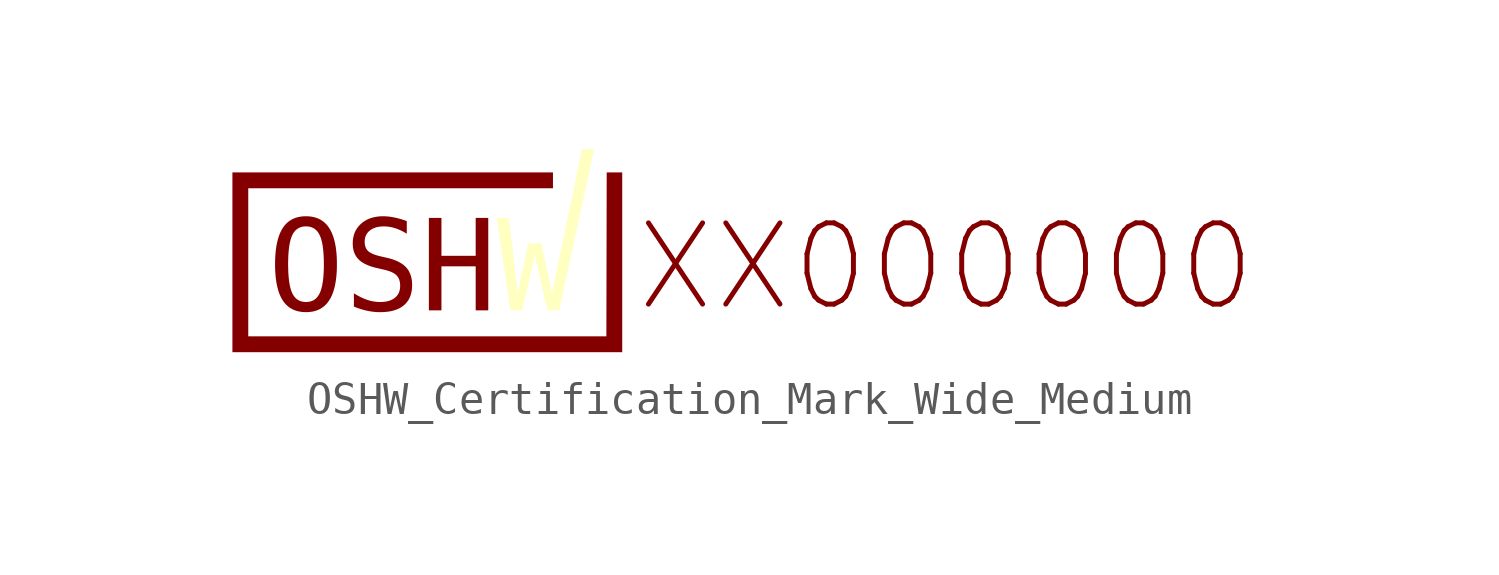
<source format=kicad_sym>
(kicad_symbol_lib
  (version 20241209)
  (generator "kicad_symbol_editor")
  (generator_version "9.0")
  (symbol "OSHW_Certification_Mark_Wide_Medium"
    (property "Reference" "LOGO"
      (at 0 0 0)
      (effects (font (size 1.27 1.27)) (hide yes)))
    (symbol "OSHW_Certification_Mark_Wide_Medium_0_1"
      (polyline (pts (xy -3.676 1.047) (xy -3.619 1.042) (xy -3.563 1.035) (xy -3.51 1.025) (xy -3.458 1.012) (xy -3.409 0.997) (xy -3.361 0.978) (xy -3.315 0.957) (xy -3.272 0.932) (xy -3.23 0.905) (xy -3.19 0.875) (xy -3.152 0.842) (xy -3.115 0.807) (xy -3.081 0.768) (xy -3.049 0.727) (xy -3.019 0.682) (xy -2.99 0.635) (xy -2.963 0.585) (xy -2.939 0.532) (xy -2.916 0.476) (xy -2.894 0.416) (xy -2.875 0.354) (xy -2.857 0.289) (xy -2.842 0.222) (xy -2.828 0.151) (xy -2.816 0.077) (xy -2.806 -0.0002) (xy -2.797 -0.08) (xy -2.791 -0.163) (xy -2.786 -0.249) (xy -2.784 -0.337) (xy -2.783 -0.429) (xy -2.784 -0.52) (xy -2.786 -0.609) (xy -2.791 -0.694) (xy -2.797 -0.777) (xy -2.806 -0.857) (xy -2.816 -0.933) (xy -2.828 -1.007) (xy -2.842 -1.078) (xy -2.857 -1.146) (xy -2.875 -1.211) (xy -2.894 -1.273) (xy -2.916 -1.332) (xy -2.939 -1.388) (xy -2.963 -1.441) (xy -2.99 -1.491) (xy -3.019 -1.538) (xy -3.034 -1.561) (xy -3.049 -1.583) (xy -3.065 -1.604) (xy -3.081 -1.624) (xy -3.098 -1.644) (xy -3.115 -1.663) (xy -3.133 -1.681) (xy -3.152 -1.698) (xy -3.17 -1.715) (xy -3.19 -1.731) (xy -3.209 -1.747) (xy -3.23 -1.761) (xy -3.25 -1.775) (xy -3.272 -1.788) (xy -3.293 -1.801) (xy -3.315 -1.813) (xy -3.338 -1.824) (xy -3.361 -1.834) (xy -3.385 -1.844) (xy -3.409 -1.853) (xy -3.433 -1.861) (xy -3.458 -1.869) (xy -3.484 -1.875) (xy -3.51 -1.881) (xy -3.536 -1.887) (xy -3.563 -1.891) (xy -3.619 -1.899) (xy -3.676 -1.903) (xy -3.736 -1.904) (xy -3.795 -1.903) (xy -3.852 -1.899) (xy -3.908 -1.891) (xy -3.961 -1.881) (xy -4.013 -1.869) (xy -4.062 -1.853) (xy -4.11 -1.835) (xy -4.156 -1.813) (xy -4.2 -1.789) (xy -4.242 -1.762) (xy -4.282 -1.732) (xy -4.319 -1.699) (xy -4.356 -1.664) (xy -4.39 -1.625) (xy -4.422 -1.584) (xy -4.452 -1.54) (xy -4.481 -1.493) (xy -4.507 -1.443) (xy -4.532 -1.39) (xy -4.555 -1.334) (xy -4.576 -1.275) (xy -4.595 -1.213) (xy -4.612 -1.148) (xy -4.628 -1.08) (xy -4.642 -1.009) (xy -4.654 -0.935) (xy -4.664 -0.859) (xy -4.672 -0.779) (xy -4.678 -0.696) (xy -4.683 -0.61) (xy -4.686 -0.521) (xy -4.687 -0.429) (xy -4.285 -0.429) (xy -4.282 -0.58) (xy -4.277 -0.719) (xy -4.266 -0.848) (xy -4.253 -0.965) (xy -4.244 -1.02) (xy -4.235 -1.071) (xy -4.224 -1.12) (xy -4.213 -1.166) (xy -4.2 -1.21) (xy -4.187 -1.25) (xy -4.172 -1.288) (xy -4.157 -1.323) (xy -4.14 -1.355) (xy -4.131 -1.371) (xy -4.122 -1.386) (xy -4.112 -1.4) (xy -4.103 -1.414) (xy -4.092 -1.428) (xy -4.082 -1.44) (xy -4.071 -1.453) (xy -4.06 -1.465) (xy -4.048 -1.476) (xy -4.037 -1.487) (xy -4.025 -1.497) (xy -4.012 -1.507) (xy -4 -1.516) (xy -3.987 -1.524) (xy -3.973 -1.532) (xy -3.96 -1.54) (xy -3.946 -1.547) (xy -3.932 -1.554) (xy -3.917 -1.56) (xy -3.902 -1.565) (xy -3.887 -1.57) (xy -3.871 -1.575) (xy -3.855 -1.579) (xy -3.839 -1.582) (xy -3.823 -1.585) (xy -3.806 -1.587) (xy -3.789 -1.589) (xy -3.771 -1.591) (xy -3.736 -1.592) (xy -3.7 -1.591) (xy -3.665 -1.587) (xy -3.631 -1.582) (xy -3.599 -1.575) (xy -3.568 -1.565) (xy -3.539 -1.554) (xy -3.51 -1.54) (xy -3.483 -1.525) (xy -3.458 -1.507) (xy -3.433 -1.487) (xy -3.41 -1.466) (xy -3.389 -1.442) (xy -3.368 -1.415) (xy -3.349 -1.387) (xy -3.331 -1.357) (xy -3.314 -1.325) (xy -3.299 -1.29) (xy -3.284 -1.252) (xy -3.27 -1.211) (xy -3.258 -1.168) (xy -3.246 -1.122) (xy -3.235 -1.073) (xy -3.226 -1.021) (xy -3.217 -0.966) (xy -3.209 -0.909) (xy -3.203 -0.849) (xy -3.197 -0.786) (xy -3.193 -0.72) (xy -3.189 -0.651) (xy -3.187 -0.58) (xy -3.185 -0.506) (xy -3.185 -0.429) (xy -3.187 -0.278) (xy -3.193 -0.138) (xy -3.203 -0.009) (xy -3.217 0.109) (xy -3.226 0.163) (xy -3.235 0.215) (xy -3.246 0.264) (xy -3.258 0.31) (xy -3.27 0.353) (xy -3.284 0.394) (xy -3.299 0.432) (xy -3.314 0.467) (xy -3.331 0.499) (xy -3.34 0.515) (xy -3.349 0.53) (xy -3.358 0.544) (xy -3.368 0.558) (xy -3.378 0.572) (xy -3.389 0.585) (xy -3.399 0.597) (xy -3.41 0.609) (xy -3.422 0.62) (xy -3.433 0.631) (xy -3.446 0.641) (xy -3.458 0.651) (xy -3.47 0.66) (xy -3.483 0.668) (xy -3.497 0.677) (xy -3.51 0.684) (xy -3.524 0.691) (xy -3.539 0.698) (xy -3.553 0.704) (xy -3.568 0.709) (xy -3.584 0.714) (xy -3.599 0.719) (xy -3.615 0.723) (xy -3.631 0.726) (xy -3.648 0.729) (xy -3.665 0.732) (xy -3.682 0.733) (xy -3.7 0.735) (xy -3.736 0.736) (xy -3.771 0.735) (xy -3.806 0.732) (xy -3.839 0.726) (xy -3.871 0.719) (xy -3.902 0.709) (xy -3.932 0.698) (xy -3.96 0.684) (xy -3.987 0.668) (xy -4.012 0.651) (xy -4.037 0.631) (xy -4.06 0.609) (xy -4.082 0.585) (xy -4.103 0.558) (xy -4.122 0.53) (xy -4.14 0.499) (xy -4.157 0.467) (xy -4.172 0.432) (xy -4.187 0.394) (xy -4.2 0.353) (xy -4.213 0.31) (xy -4.224 0.264) (xy -4.235 0.215) (xy -4.244 0.163) (xy -4.253 0.109) (xy -4.26 0.051) (xy -4.266 -0.009) (xy -4.272 -0.072) (xy -4.277 -0.138) (xy -4.28 -0.206) (xy -4.282 -0.278) (xy -4.284 -0.352) (xy -4.285 -0.429) (xy -4.687 -0.429) (xy -4.686 -0.337) (xy -4.683 -0.249) (xy -4.678 -0.163) (xy -4.672 -0.08) (xy -4.664 -0.0002) (xy -4.654 0.077) (xy -4.642 0.151) (xy -4.628 0.222) (xy -4.612 0.289) (xy -4.595 0.354) (xy -4.576 0.416) (xy -4.555 0.476) (xy -4.532 0.532) (xy -4.507 0.585) (xy -4.481 0.635) (xy -4.452 0.682) (xy -4.437 0.705) (xy -4.422 0.727) (xy -4.406 0.748) (xy -4.389 0.768) (xy -4.372 0.788) (xy -4.355 0.807) (xy -4.337 0.825) (xy -4.319 0.842) (xy -4.3 0.859) (xy -4.281 0.875) (xy -4.261 0.891) (xy -4.241 0.905) (xy -4.22 0.919) (xy -4.199 0.932) (xy -4.177 0.945) (xy -4.155 0.957) (xy -4.132 0.968) (xy -4.109 0.978) (xy -4.086 0.988) (xy -4.061 0.997) (xy -4.037 1.005) (xy -4.012 1.012) (xy -3.986 1.019) (xy -3.961 1.025) (xy -3.907 1.035) (xy -3.852 1.042) (xy -3.795 1.047) (xy -3.736 1.048)) (stroke (width -0.0001) (type default)) (fill (type outline)))
      (polyline (pts (xy -2.783 -0.429) (xy -2.783 -0.429) (xy -2.783 -0.429)) (stroke (width -0.0001) (type default)) (fill (type outline)))
      (polyline (pts (xy -1.317 1.047) (xy -1.275 1.045) (xy -1.233 1.042) (xy -1.19 1.038) (xy -1.147 1.033) (xy -1.103 1.026) (xy -1.058 1.018) (xy -1.013 1.01) (xy -0.968 1) (xy -0.921 0.989) (xy -0.875 0.977) (xy -0.827 0.964) (xy -0.779 0.949) (xy -0.731 0.934) (xy -0.682 0.917) (xy -0.632 0.899) (xy -0.632 0.508) (xy -0.676 0.536) (xy -0.72 0.561) (xy -0.764 0.585) (xy -0.808 0.607) (xy -0.852 0.627) (xy -0.896 0.646) (xy -0.94 0.663) (xy -0.985 0.678) (xy -1.028 0.691) (xy -1.073 0.703) (xy -1.117 0.713) (xy -1.161 0.721) (xy -1.205 0.727) (xy -1.25 0.732) (xy -1.294 0.734) (xy -1.339 0.735) (xy -1.373 0.735) (xy -1.405 0.733) (xy -1.437 0.731) (xy -1.468 0.727) (xy -1.498 0.723) (xy -1.528 0.717) (xy -1.556 0.711) (xy -1.583 0.703) (xy -1.61 0.695) (xy -1.635 0.685) (xy -1.66 0.675) (xy -1.684 0.663) (xy -1.706 0.651) (xy -1.728 0.637) (xy -1.75 0.623) (xy -1.77 0.607) (xy -1.789 0.591) (xy -1.807 0.575) (xy -1.824 0.557) (xy -1.839 0.539) (xy -1.853 0.52) (xy -1.866 0.5) (xy -1.878 0.48) (xy -1.889 0.459) (xy -1.898 0.438) (xy -1.906 0.415) (xy -1.913 0.392) (xy -1.918 0.368) (xy -1.923 0.344) (xy -1.926 0.319) (xy -1.927 0.293) (xy -1.928 0.266) (xy -1.928 0.243) (xy -1.927 0.221) (xy -1.925 0.199) (xy -1.922 0.177) (xy -1.918 0.157) (xy -1.914 0.137) (xy -1.908 0.118) (xy -1.902 0.1) (xy -1.895 0.082) (xy -1.888 0.065) (xy -1.879 0.049) (xy -1.87 0.034) (xy -1.86 0.019) (xy -1.849 0.005) (xy -1.838 -0.009) (xy -1.825 -0.022) (xy -1.811 -0.034) (xy -1.796 -0.046) (xy -1.78 -0.058) (xy -1.762 -0.069) (xy -1.742 -0.08) (xy -1.721 -0.091) (xy -1.699 -0.102) (xy -1.675 -0.113) (xy -1.651 -0.123) (xy -1.624 -0.133) (xy -1.596 -0.142) (xy -1.567 -0.152) (xy -1.536 -0.161) (xy -1.504 -0.17) (xy -1.471 -0.179) (xy -1.436 -0.187) (xy -1.234 -0.233) (xy -1.185 -0.245) (xy -1.138 -0.258) (xy -1.092 -0.272) (xy -1.048 -0.286) (xy -1.005 -0.302) (xy -0.965 -0.318) (xy -0.926 -0.335) (xy -0.888 -0.353) (xy -0.853 -0.372) (xy -0.819 -0.392) (xy -0.787 -0.412) (xy -0.756 -0.433) (xy -0.727 -0.455) (xy -0.7 -0.478) (xy -0.675 -0.502) (xy -0.651 -0.527) (xy -0.629 -0.552) (xy -0.608 -0.579) (xy -0.589 -0.607) (xy -0.571 -0.636) (xy -0.555 -0.666) (xy -0.54 -0.697) (xy -0.526 -0.73) (xy -0.514 -0.763) (xy -0.503 -0.798) (xy -0.494 -0.833) (xy -0.486 -0.87) (xy -0.479 -0.908) (xy -0.474 -0.948) (xy -0.471 -0.988) (xy -0.469 -1.029) (xy -0.468 -1.072) (xy -0.469 -1.122) (xy -0.472 -1.17) (xy -0.477 -1.217) (xy -0.484 -1.263) (xy -0.493 -1.307) (xy -0.503 -1.349) (xy -0.516 -1.39) (xy -0.531 -1.43) (xy -0.548 -1.468) (xy -0.566 -1.504) (xy -0.587 -1.539) (xy -0.61 -1.572) (xy -0.634 -1.604) (xy -0.661 -1.635) (xy -0.689 -1.664) (xy -0.72 -1.691) (xy -0.752 -1.717) (xy -0.786 -1.741) (xy -0.822 -1.764) (xy -0.86 -1.785) (xy -0.899 -1.804) (xy -0.941 -1.821) (xy -0.984 -1.837) (xy -1.028 -1.851) (xy -1.075 -1.864) (xy -1.123 -1.875) (xy -1.174 -1.884) (xy -1.226 -1.891) (xy -1.28 -1.897) (xy -1.335 -1.901) (xy -1.392 -1.904) (xy -1.452 -1.905) (xy -1.502 -1.904) (xy -1.552 -1.902) (xy -1.602 -1.899) (xy -1.652 -1.894) (xy -1.702 -1.888) (xy -1.753 -1.88) (xy -1.803 -1.871) (xy -1.854 -1.861) (xy -1.904 -1.85) (xy -1.955 -1.837) (xy -2.006 -1.823) (xy -2.056 -1.808) (xy -2.107 -1.791) (xy -2.158 -1.773) (xy -2.209 -1.754) (xy -2.26 -1.733) (xy -2.26 -1.323) (xy -2.205 -1.357) (xy -2.152 -1.388) (xy -2.099 -1.417) (xy -2.047 -1.444) (xy -1.995 -1.468) (xy -1.945 -1.49) (xy -1.895 -1.51) (xy -1.846 -1.527) (xy -1.797 -1.542) (xy -1.748 -1.556) (xy -1.699 -1.567) (xy -1.649 -1.576) (xy -1.6 -1.583) (xy -1.551 -1.588) (xy -1.501 -1.591) (xy -1.452 -1.592) (xy -1.416 -1.592) (xy -1.381 -1.59) (xy -1.347 -1.587) (xy -1.314 -1.584) (xy -1.282 -1.579) (xy -1.251 -1.574) (xy -1.221 -1.567) (xy -1.192 -1.56) (xy -1.165 -1.551) (xy -1.138 -1.542) (xy -1.112 -1.531) (xy -1.087 -1.519) (xy -1.063 -1.506) (xy -1.04 -1.493) (xy -1.019 -1.478) (xy -0.998 -1.462) (xy -0.978 -1.446) (xy -0.96 -1.428) (xy -0.943 -1.41) (xy -0.927 -1.39) (xy -0.912 -1.37) (xy -0.899 -1.349) (xy -0.887 -1.328) (xy -0.876 -1.305) (xy -0.867 -1.282) (xy -0.859 -1.258) (xy -0.852 -1.233) (xy -0.846 -1.207) (xy -0.842 -1.181) (xy -0.839 -1.153) (xy -0.837 -1.125) (xy -0.836 -1.097) (xy -0.836 -1.07) (xy -0.838 -1.045) (xy -0.84 -1.02) (xy -0.843 -0.996) (xy -0.847 -0.973) (xy -0.852 -0.951) (xy -0.858 -0.929) (xy -0.864 -0.908) (xy -0.872 -0.888) (xy -0.88 -0.869) (xy -0.889 -0.851) (xy -0.899 -0.833) (xy -0.91 -0.816) (xy -0.922 -0.8) (xy -0.935 -0.785) (xy -0.948 -0.771) (xy -0.963 -0.757) (xy -0.979 -0.743) (xy -0.996 -0.73) (xy -1.014 -0.718) (xy -1.034 -0.705) (xy -1.055 -0.694) (xy -1.077 -0.682) (xy -1.1 -0.671) (xy -1.125 -0.66) (xy -1.151 -0.65) (xy -1.179 -0.64) (xy -1.208 -0.631) (xy -1.238 -0.622) (xy -1.269 -0.613) (xy -1.301 -0.605) (xy -1.335 -0.597) (xy -1.541 -0.549) (xy -1.59 -0.538) (xy -1.637 -0.526) (xy -1.682 -0.513) (xy -1.726 -0.499) (xy -1.768 -0.485) (xy -1.808 -0.469) (xy -1.847 -0.454) (xy -1.883 -0.437) (xy -1.918 -0.42) (xy -1.952 -0.402) (xy -1.984 -0.383) (xy -2.014 -0.364) (xy -2.042 -0.344) (xy -2.069 -0.323) (xy -2.094 -0.301) (xy -2.117 -0.279) (xy -2.139 -0.256) (xy -2.159 -0.232) (xy -2.178 -0.207) (xy -2.195 -0.181) (xy -2.211 -0.154) (xy -2.226 -0.126) (xy -2.239 -0.097) (xy -2.251 -0.067) (xy -2.262 -0.036) (xy -2.271 -0.004) (xy -2.278 0.029) (xy -2.285 0.062) (xy -2.29 0.097) (xy -2.293 0.133) (xy -2.295 0.17) (xy -2.296 0.207) (xy -2.295 0.254) (xy -2.292 0.3) (xy -2.287 0.345) (xy -2.28 0.388) (xy -2.271 0.43) (xy -2.26 0.472) (xy -2.247 0.511) (xy -2.232 0.55) (xy -2.215 0.588) (xy -2.196 0.624) (xy -2.175 0.659) (xy -2.152 0.693) (xy -2.127 0.726) (xy -2.1 0.757) (xy -2.071 0.788) (xy -2.041 0.817) (xy -2.008 0.845) (xy -1.974 0.871) (xy -1.938 0.895) (xy -1.901 0.918) (xy -1.863 0.939) (xy -1.824 0.958) (xy -1.783 0.975) (xy -1.741 0.99) (xy -1.698 1.004) (xy -1.653 1.015) (xy -1.607 1.025) (xy -1.56 1.033) (xy -1.512 1.04) (xy -1.462 1.044) (xy -1.411 1.047) (xy -1.358 1.048)) (stroke (width -0.0001) (type default)) (fill (type outline)))
      (polyline (pts (xy 0.435 -0.17) (xy 1.489 -0.17) (xy 1.489 0.997) (xy 1.876 0.997) (xy 1.876 -1.849) (xy 1.489 -1.849) (xy 1.489 -0.494) (xy 0.435 -0.494) (xy 0.435 -1.849) (xy 0.048 -1.849) (xy 0.048 0.997) (xy 0.435 0.997)) (stroke (width -0.0001) (type default)) (fill (type outline)))
      (polyline (pts (xy 6 -3.137) (xy -6 -3.137) (xy -6 2.398) (xy -6 2.398) (xy 3.868 2.398) (xy 3.868 1.91) (xy -5.512 1.91) (xy -5.512 -2.649) (xy 5.512 -2.649) (xy 5.522 2.398) (xy 6 2.398)) (stroke (width -0.0001) (type default)) (fill (type outline))))
    (symbol "OSHW_Certification_Mark_Wide_Medium_1_1"
      (polyline (pts (xy 4.061 -1.849) (xy 3.696 -1.849) (xy 3.309 -0.158) (xy 2.925 -1.849) (xy 2.561 -1.849) (xy 2.135 0.997) (xy 2.511 0.997) (xy 2.784 -1.313) (xy 3.107 0.215) (xy 3.51 0.215) (xy 3.837 -1.317) (xy 4.761 3.111) (xy 5.136 3.111)) (stroke (width -0.0001) (type default)) (fill (type background)))
      (text "XX000000" (at 6.35 -0.508 0) (effects (font (size 2.5 2.5)) (justify left))))))
</source>
